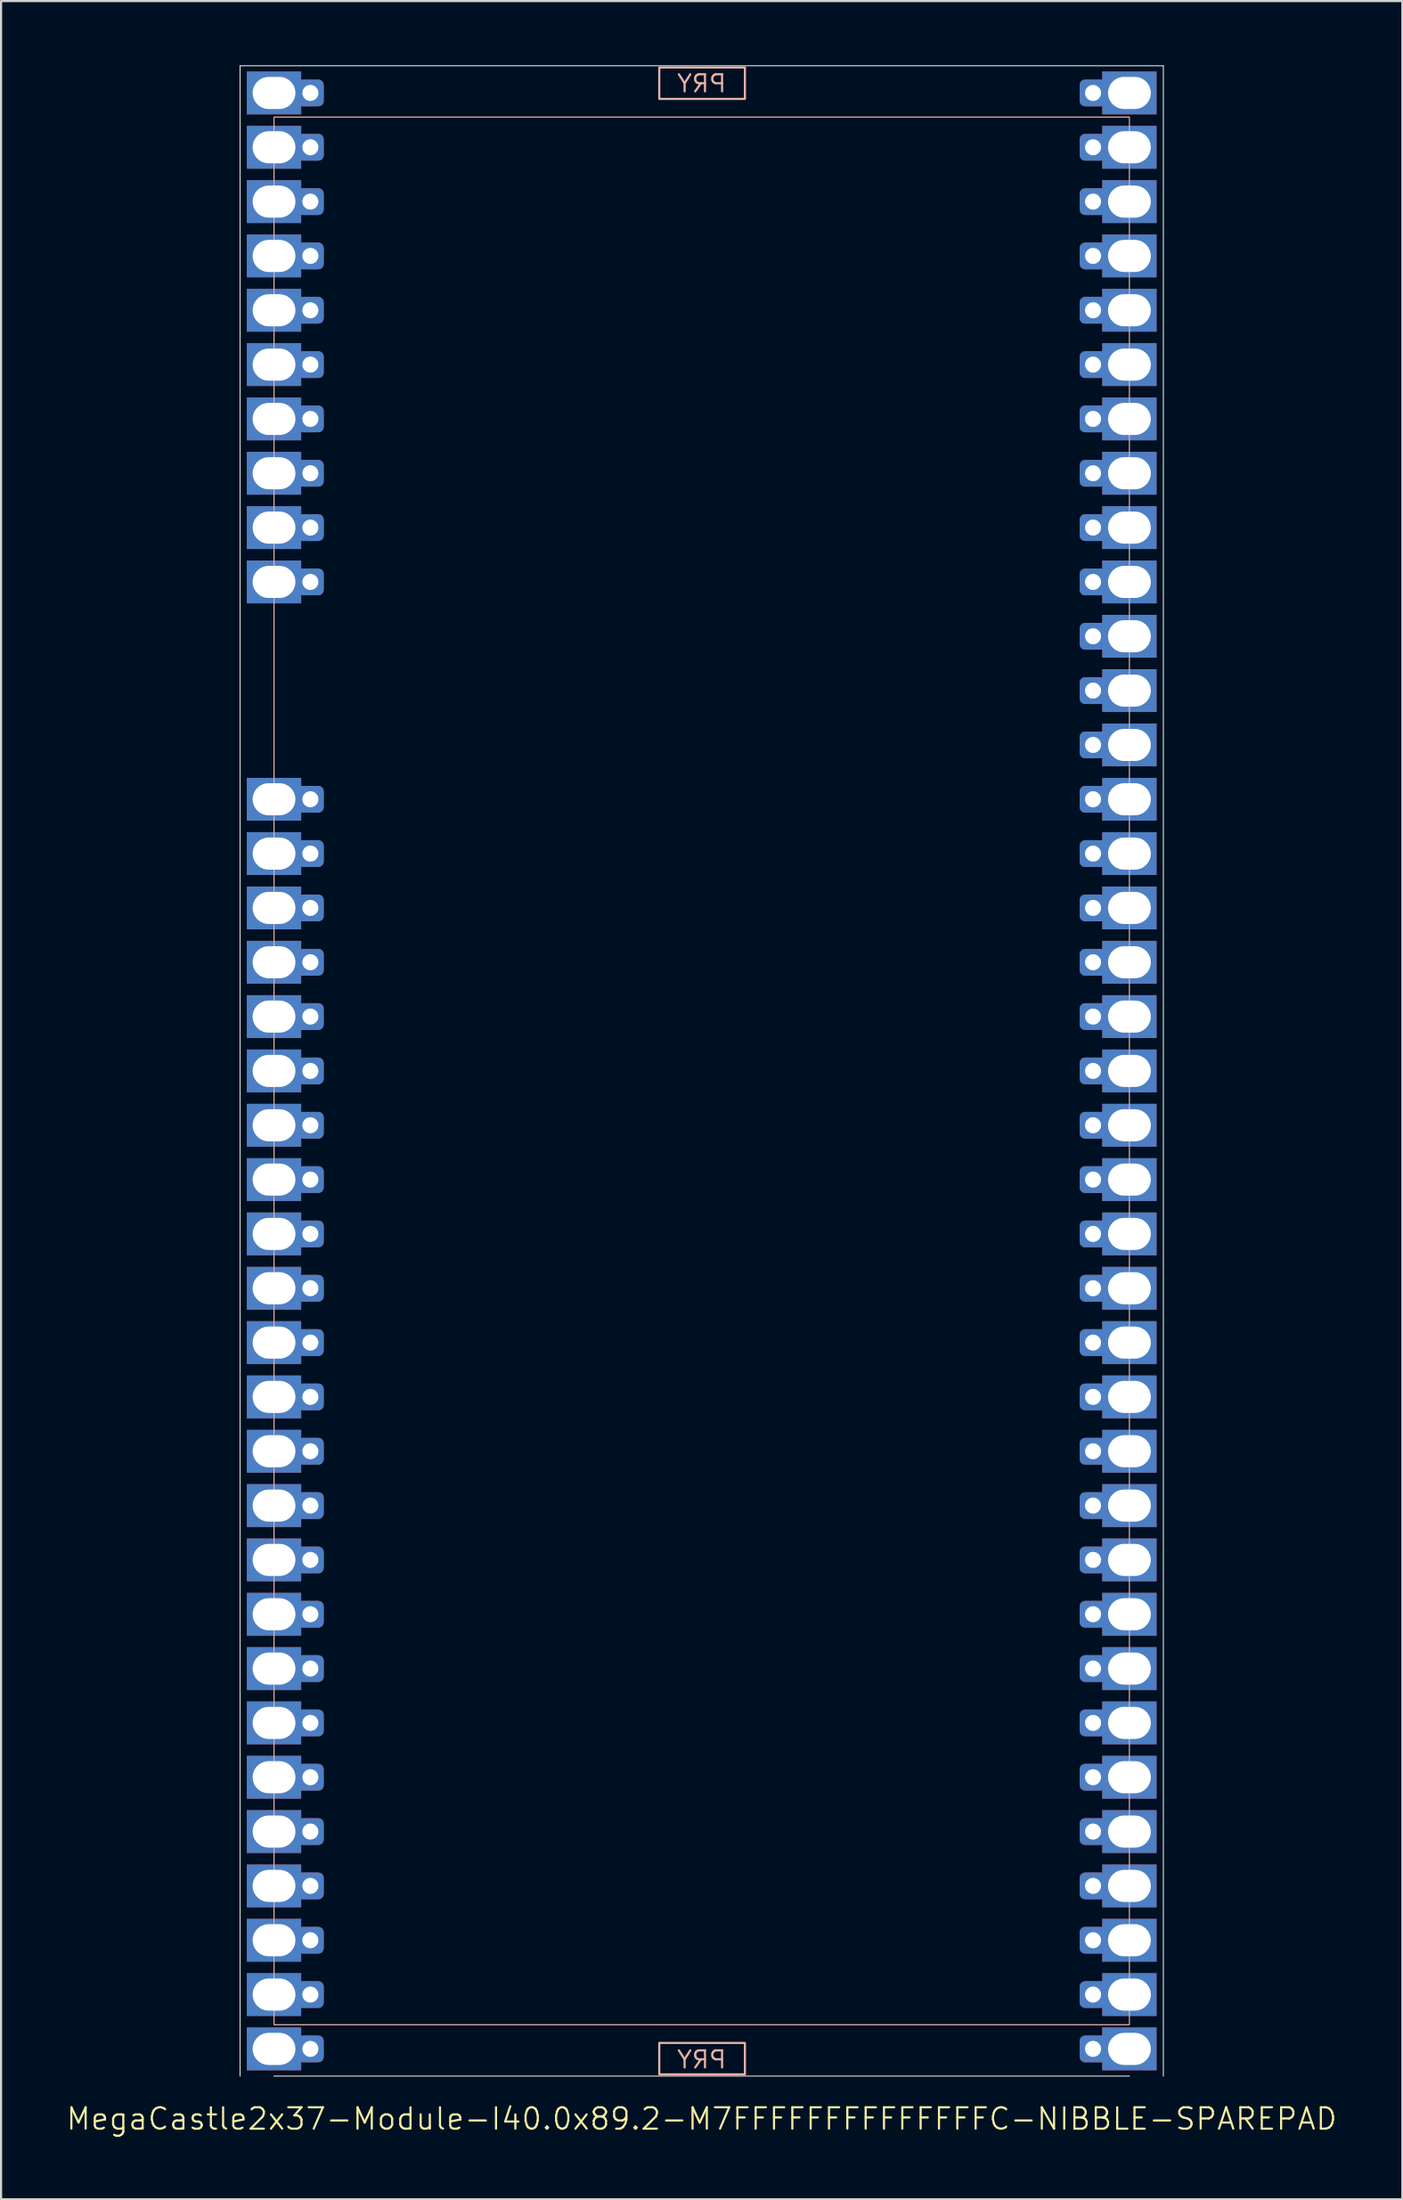
<source format=kicad_pcb>
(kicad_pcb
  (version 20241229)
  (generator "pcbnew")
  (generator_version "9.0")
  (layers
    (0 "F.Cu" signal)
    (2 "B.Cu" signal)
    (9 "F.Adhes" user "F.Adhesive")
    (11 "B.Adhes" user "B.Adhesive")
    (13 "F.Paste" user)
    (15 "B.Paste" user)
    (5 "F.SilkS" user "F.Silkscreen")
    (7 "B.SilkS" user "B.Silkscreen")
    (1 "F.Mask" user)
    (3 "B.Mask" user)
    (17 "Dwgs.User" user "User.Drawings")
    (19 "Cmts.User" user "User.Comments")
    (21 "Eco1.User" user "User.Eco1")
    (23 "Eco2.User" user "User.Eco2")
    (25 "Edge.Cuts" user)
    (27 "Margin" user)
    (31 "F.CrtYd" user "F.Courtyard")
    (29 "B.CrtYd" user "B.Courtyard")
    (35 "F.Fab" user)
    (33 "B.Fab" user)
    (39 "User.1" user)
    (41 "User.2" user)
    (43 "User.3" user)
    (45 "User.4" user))
  (footprint "MegaCastle2x37-Module-I40.0x89.2-M7FFFFFFFFFFFFFFC-NIBBLE-SPAREPAD"
    (layer "F.Cu")
    (at 29.764 47.015)
    (property "Reference" "MegaCastle2x37-Module-I40.0x89.2-M7FFFFFFFFFFFFFFC-NIBBLE-SPAREPAD" (at 0 48.99 0) (unlocked yes) (layer "F.SilkS") (effects (font (size 1 1) (thickness 0.1))))
    (attr smd)
    (fp_rect (start -20 44.59) (end 20 -44.59) (stroke (width 0.05) (type default)) (fill no) (layer "B.SilkS"))
    (fp_rect (start -1.984 -45.441) (end 2.02 -46.91) (stroke (width 0.1) (type default)) (fill no) (layer "B.SilkS"))
    (fp_rect (start -1.984 45.441) (end 2.02 46.91) (stroke (width 0.1) (type default)) (fill no) (layer "B.SilkS"))
    (fp_line (start -21.587 -46.99) (end -21.587 46.99) (stroke (width 0.05) (type default)) (layer "Edge.Cuts"))
    (fp_line (start -21.587 -46.99) (end 21.587 -46.99) (stroke (width 0.05) (type default)) (layer "Edge.Cuts"))
    (fp_line (start -20 46.99) (end 20 46.99) (stroke (width 0.05) (type default)) (layer "Edge.Cuts"))
    (fp_line (start 21.587 -46.99) (end 21.587 46.99) (stroke (width 0.05) (type default)) (layer "Edge.Cuts"))
    (fp_text user "PRY" (at 0 46.69 0) (unlocked yes) (layer "B.SilkS") (effects (font (size 0.8 0.8) (thickness 0.1)) (justify bottom mirror)))
    (fp_text user "PRY" (at 0 -45.69 0) (unlocked yes) (layer "B.SilkS") (effects (font (size 0.8 0.8) (thickness 0.1)) (justify bottom mirror)))
    (pad "1" thru_hole rect (at -20 -45.72) (size 2.54 2) (drill oval 2 1.5) (property pad_prop_castellated) (layers "*.Cu" "*.Mask"))
    (pad "1" thru_hole roundrect (at -18.3 -45.72 180) (size 1.25 1.25) (drill 0.75) (layers "*.Cu" "*.Mask") (roundrect_rratio 0.2))
    (pad "2" thru_hole rect (at -20 -43.18) (size 2.54 2) (drill oval 2 1.5) (property pad_prop_castellated) (layers "*.Cu" "*.Mask"))
    (pad "2" thru_hole roundrect (at -18.3 -43.18 180) (size 1.25 1.25) (drill 0.75) (layers "*.Cu" "*.Mask") (roundrect_rratio 0.2))
    (pad "3" thru_hole rect (at -20 -40.64) (size 2.54 2) (drill oval 2 1.5) (property pad_prop_castellated) (layers "*.Cu" "*.Mask"))
    (pad "3" thru_hole roundrect (at -18.3 -40.64 180) (size 1.25 1.25) (drill 0.75) (layers "*.Cu" "*.Mask") (roundrect_rratio 0.2))
    (pad "4" thru_hole rect (at -20 -38.1) (size 2.54 2) (drill oval 2 1.5) (property pad_prop_castellated) (layers "*.Cu" "*.Mask"))
    (pad "4" thru_hole roundrect (at -18.3 -38.1 180) (size 1.25 1.25) (drill 0.75) (layers "*.Cu" "*.Mask") (roundrect_rratio 0.2))
    (pad "5" thru_hole rect (at -20 -35.56) (size 2.54 2) (drill oval 2 1.5) (property pad_prop_castellated) (layers "*.Cu" "*.Mask"))
    (pad "5" thru_hole roundrect (at -18.3 -35.56 180) (size 1.25 1.25) (drill 0.75) (layers "*.Cu" "*.Mask") (roundrect_rratio 0.2))
    (pad "6" thru_hole rect (at -20 -33.02) (size 2.54 2) (drill oval 2 1.5) (property pad_prop_castellated) (layers "*.Cu" "*.Mask"))
    (pad "6" thru_hole roundrect (at -18.3 -33.02 180) (size 1.25 1.25) (drill 0.75) (layers "*.Cu" "*.Mask") (roundrect_rratio 0.2))
    (pad "7" thru_hole rect (at -20 -30.48) (size 2.54 2) (drill oval 2 1.5) (property pad_prop_castellated) (layers "*.Cu" "*.Mask"))
    (pad "7" thru_hole roundrect (at -18.3 -30.48 180) (size 1.25 1.25) (drill 0.75) (layers "*.Cu" "*.Mask") (roundrect_rratio 0.2))
    (pad "8" thru_hole rect (at -20 -27.94) (size 2.54 2) (drill oval 2 1.5) (property pad_prop_castellated) (layers "*.Cu" "*.Mask"))
    (pad "8" thru_hole roundrect (at -18.3 -27.94 180) (size 1.25 1.25) (drill 0.75) (layers "*.Cu" "*.Mask") (roundrect_rratio 0.2))
    (pad "9" thru_hole rect (at -20 -25.4) (size 2.54 2) (drill oval 2 1.5) (property pad_prop_castellated) (layers "*.Cu" "*.Mask"))
    (pad "9" thru_hole roundrect (at -18.3 -25.4 180) (size 1.25 1.25) (drill 0.75) (layers "*.Cu" "*.Mask") (roundrect_rratio 0.2))
    (pad "10" thru_hole rect (at -20 -22.86) (size 2.54 2) (drill oval 2 1.5) (property pad_prop_castellated) (layers "*.Cu" "*.Mask"))
    (pad "10" thru_hole roundrect (at -18.3 -22.86 180) (size 1.25 1.25) (drill 0.75) (layers "*.Cu" "*.Mask") (roundrect_rratio 0.2))
    (pad "14" thru_hole rect (at -20 -12.7) (size 2.54 2) (drill oval 2 1.5) (property pad_prop_castellated) (layers "*.Cu" "*.Mask"))
    (pad "14" thru_hole roundrect (at -18.3 -12.7 180) (size 1.25 1.25) (drill 0.75) (layers "*.Cu" "*.Mask") (roundrect_rratio 0.2))
    (pad "15" thru_hole rect (at -20 -10.16) (size 2.54 2) (drill oval 2 1.5) (property pad_prop_castellated) (layers "*.Cu" "*.Mask"))
    (pad "15" thru_hole roundrect (at -18.3 -10.16 180) (size 1.25 1.25) (drill 0.75) (layers "*.Cu" "*.Mask") (roundrect_rratio 0.2))
    (pad "16" thru_hole rect (at -20 -7.62) (size 2.54 2) (drill oval 2 1.5) (property pad_prop_castellated) (layers "*.Cu" "*.Mask"))
    (pad "16" thru_hole roundrect (at -18.3 -7.62 180) (size 1.25 1.25) (drill 0.75) (layers "*.Cu" "*.Mask") (roundrect_rratio 0.2))
    (pad "17" thru_hole rect (at -20 -5.08) (size 2.54 2) (drill oval 2 1.5) (property pad_prop_castellated) (layers "*.Cu" "*.Mask"))
    (pad "17" thru_hole roundrect (at -18.3 -5.08 180) (size 1.25 1.25) (drill 0.75) (layers "*.Cu" "*.Mask") (roundrect_rratio 0.2))
    (pad "18" thru_hole rect (at -20 -2.54) (size 2.54 2) (drill oval 2 1.5) (property pad_prop_castellated) (layers "*.Cu" "*.Mask"))
    (pad "18" thru_hole roundrect (at -18.3 -2.54 180) (size 1.25 1.25) (drill 0.75) (layers "*.Cu" "*.Mask") (roundrect_rratio 0.2))
    (pad "19" thru_hole rect (at -20 0) (size 2.54 2) (drill oval 2 1.5) (property pad_prop_castellated) (layers "*.Cu" "*.Mask"))
    (pad "19" thru_hole roundrect (at -18.3 0 180) (size 1.25 1.25) (drill 0.75) (layers "*.Cu" "*.Mask") (roundrect_rratio 0.2))
    (pad "20" thru_hole rect (at -20 2.54) (size 2.54 2) (drill oval 2 1.5) (property pad_prop_castellated) (layers "*.Cu" "*.Mask"))
    (pad "20" thru_hole roundrect (at -18.3 2.54 180) (size 1.25 1.25) (drill 0.75) (layers "*.Cu" "*.Mask") (roundrect_rratio 0.2))
    (pad "21" thru_hole rect (at -20 5.08) (size 2.54 2) (drill oval 2 1.5) (property pad_prop_castellated) (layers "*.Cu" "*.Mask"))
    (pad "21" thru_hole roundrect (at -18.3 5.08 180) (size 1.25 1.25) (drill 0.75) (layers "*.Cu" "*.Mask") (roundrect_rratio 0.2))
    (pad "22" thru_hole rect (at -20 7.62) (size 2.54 2) (drill oval 2 1.5) (property pad_prop_castellated) (layers "*.Cu" "*.Mask"))
    (pad "22" thru_hole roundrect (at -18.3 7.62 180) (size 1.25 1.25) (drill 0.75) (layers "*.Cu" "*.Mask") (roundrect_rratio 0.2))
    (pad "23" thru_hole rect (at -20 10.16) (size 2.54 2) (drill oval 2 1.5) (property pad_prop_castellated) (layers "*.Cu" "*.Mask"))
    (pad "23" thru_hole roundrect (at -18.3 10.16 180) (size 1.25 1.25) (drill 0.75) (layers "*.Cu" "*.Mask") (roundrect_rratio 0.2))
    (pad "24" thru_hole rect (at -20 12.7) (size 2.54 2) (drill oval 2 1.5) (property pad_prop_castellated) (layers "*.Cu" "*.Mask"))
    (pad "24" thru_hole roundrect (at -18.3 12.7 180) (size 1.25 1.25) (drill 0.75) (layers "*.Cu" "*.Mask") (roundrect_rratio 0.2))
    (pad "25" thru_hole rect (at -20 15.24) (size 2.54 2) (drill oval 2 1.5) (property pad_prop_castellated) (layers "*.Cu" "*.Mask"))
    (pad "25" thru_hole roundrect (at -18.3 15.24 180) (size 1.25 1.25) (drill 0.75) (layers "*.Cu" "*.Mask") (roundrect_rratio 0.2))
    (pad "26" thru_hole rect (at -20 17.78) (size 2.54 2) (drill oval 2 1.5) (property pad_prop_castellated) (layers "*.Cu" "*.Mask"))
    (pad "26" thru_hole roundrect (at -18.3 17.78 180) (size 1.25 1.25) (drill 0.75) (layers "*.Cu" "*.Mask") (roundrect_rratio 0.2))
    (pad "27" thru_hole rect (at -20 20.32) (size 2.54 2) (drill oval 2 1.5) (property pad_prop_castellated) (layers "*.Cu" "*.Mask"))
    (pad "27" thru_hole roundrect (at -18.3 20.32 180) (size 1.25 1.25) (drill 0.75) (layers "*.Cu" "*.Mask") (roundrect_rratio 0.2))
    (pad "28" thru_hole rect (at -20 22.86) (size 2.54 2) (drill oval 2 1.5) (property pad_prop_castellated) (layers "*.Cu" "*.Mask"))
    (pad "28" thru_hole roundrect (at -18.3 22.86 180) (size 1.25 1.25) (drill 0.75) (layers "*.Cu" "*.Mask") (roundrect_rratio 0.2))
    (pad "29" thru_hole rect (at -20 25.4) (size 2.54 2) (drill oval 2 1.5) (property pad_prop_castellated) (layers "*.Cu" "*.Mask"))
    (pad "29" thru_hole roundrect (at -18.3 25.4 180) (size 1.25 1.25) (drill 0.75) (layers "*.Cu" "*.Mask") (roundrect_rratio 0.2))
    (pad "30" thru_hole rect (at -20 27.94) (size 2.54 2) (drill oval 2 1.5) (property pad_prop_castellated) (layers "*.Cu" "*.Mask"))
    (pad "30" thru_hole roundrect (at -18.3 27.94 180) (size 1.25 1.25) (drill 0.75) (layers "*.Cu" "*.Mask") (roundrect_rratio 0.2))
    (pad "31" thru_hole rect (at -20 30.48) (size 2.54 2) (drill oval 2 1.5) (property pad_prop_castellated) (layers "*.Cu" "*.Mask"))
    (pad "31" thru_hole roundrect (at -18.3 30.48 180) (size 1.25 1.25) (drill 0.75) (layers "*.Cu" "*.Mask") (roundrect_rratio 0.2))
    (pad "32" thru_hole rect (at -20 33.02) (size 2.54 2) (drill oval 2 1.5) (property pad_prop_castellated) (layers "*.Cu" "*.Mask"))
    (pad "32" thru_hole roundrect (at -18.3 33.02 180) (size 1.25 1.25) (drill 0.75) (layers "*.Cu" "*.Mask") (roundrect_rratio 0.2))
    (pad "33" thru_hole rect (at -20 35.56) (size 2.54 2) (drill oval 2 1.5) (property pad_prop_castellated) (layers "*.Cu" "*.Mask"))
    (pad "33" thru_hole roundrect (at -18.3 35.56 180) (size 1.25 1.25) (drill 0.75) (layers "*.Cu" "*.Mask") (roundrect_rratio 0.2))
    (pad "34" thru_hole rect (at -20 38.1) (size 2.54 2) (drill oval 2 1.5) (property pad_prop_castellated) (layers "*.Cu" "*.Mask"))
    (pad "34" thru_hole roundrect (at -18.3 38.1 180) (size 1.25 1.25) (drill 0.75) (layers "*.Cu" "*.Mask") (roundrect_rratio 0.2))
    (pad "35" thru_hole rect (at -20 40.64) (size 2.54 2) (drill oval 2 1.5) (property pad_prop_castellated) (layers "*.Cu" "*.Mask"))
    (pad "35" thru_hole roundrect (at -18.3 40.64 180) (size 1.25 1.25) (drill 0.75) (layers "*.Cu" "*.Mask") (roundrect_rratio 0.2))
    (pad "36" thru_hole rect (at -20 43.18) (size 2.54 2) (drill oval 2 1.5) (property pad_prop_castellated) (layers "*.Cu" "*.Mask"))
    (pad "36" thru_hole roundrect (at -18.3 43.18 180) (size 1.25 1.25) (drill 0.75) (layers "*.Cu" "*.Mask") (roundrect_rratio 0.2))
    (pad "37" thru_hole rect (at -20 45.72) (size 2.54 2) (drill oval 2 1.5) (property pad_prop_castellated) (layers "*.Cu" "*.Mask"))
    (pad "37" thru_hole roundrect (at -18.3 45.72 180) (size 1.25 1.25) (drill 0.75) (layers "*.Cu" "*.Mask") (roundrect_rratio 0.2))
    (pad "38" thru_hole roundrect (at 18.3 -45.72 180) (size 1.25 1.25) (drill 0.75) (layers "*.Cu" "*.Mask") (roundrect_rratio 0.2))
    (pad "38" thru_hole rect (at 20 -45.72) (size 2.54 2) (drill oval 2 1.5) (property pad_prop_castellated) (layers "*.Cu" "*.Mask"))
    (pad "39" thru_hole roundrect (at 18.3 -43.18 180) (size 1.25 1.25) (drill 0.75) (layers "*.Cu" "*.Mask") (roundrect_rratio 0.2))
    (pad "39" thru_hole rect (at 20 -43.18) (size 2.54 2) (drill oval 2 1.5) (property pad_prop_castellated) (layers "*.Cu" "*.Mask"))
    (pad "40" thru_hole roundrect (at 18.3 -40.64 180) (size 1.25 1.25) (drill 0.75) (layers "*.Cu" "*.Mask") (roundrect_rratio 0.2))
    (pad "40" thru_hole rect (at 20 -40.64) (size 2.54 2) (drill oval 2 1.5) (property pad_prop_castellated) (layers "*.Cu" "*.Mask"))
    (pad "41" thru_hole roundrect (at 18.3 -38.1 180) (size 1.25 1.25) (drill 0.75) (layers "*.Cu" "*.Mask") (roundrect_rratio 0.2))
    (pad "41" thru_hole rect (at 20 -38.1) (size 2.54 2) (drill oval 2 1.5) (property pad_prop_castellated) (layers "*.Cu" "*.Mask"))
    (pad "42" thru_hole roundrect (at 18.3 -35.56 180) (size 1.25 1.25) (drill 0.75) (layers "*.Cu" "*.Mask") (roundrect_rratio 0.2))
    (pad "42" thru_hole rect (at 20 -35.56) (size 2.54 2) (drill oval 2 1.5) (property pad_prop_castellated) (layers "*.Cu" "*.Mask"))
    (pad "43" thru_hole roundrect (at 18.3 -33.02 180) (size 1.25 1.25) (drill 0.75) (layers "*.Cu" "*.Mask") (roundrect_rratio 0.2))
    (pad "43" thru_hole rect (at 20 -33.02) (size 2.54 2) (drill oval 2 1.5) (property pad_prop_castellated) (layers "*.Cu" "*.Mask"))
    (pad "44" thru_hole roundrect (at 18.3 -30.48 180) (size 1.25 1.25) (drill 0.75) (layers "*.Cu" "*.Mask") (roundrect_rratio 0.2))
    (pad "44" thru_hole rect (at 20 -30.48) (size 2.54 2) (drill oval 2 1.5) (property pad_prop_castellated) (layers "*.Cu" "*.Mask"))
    (pad "45" thru_hole roundrect (at 18.3 -27.94 180) (size 1.25 1.25) (drill 0.75) (layers "*.Cu" "*.Mask") (roundrect_rratio 0.2))
    (pad "45" thru_hole rect (at 20 -27.94) (size 2.54 2) (drill oval 2 1.5) (property pad_prop_castellated) (layers "*.Cu" "*.Mask"))
    (pad "46" thru_hole roundrect (at 18.3 -25.4 180) (size 1.25 1.25) (drill 0.75) (layers "*.Cu" "*.Mask") (roundrect_rratio 0.2))
    (pad "46" thru_hole rect (at 20 -25.4) (size 2.54 2) (drill oval 2 1.5) (property pad_prop_castellated) (layers "*.Cu" "*.Mask"))
    (pad "47" thru_hole roundrect (at 18.3 -22.86 180) (size 1.25 1.25) (drill 0.75) (layers "*.Cu" "*.Mask") (roundrect_rratio 0.2))
    (pad "47" thru_hole rect (at 20 -22.86) (size 2.54 2) (drill oval 2 1.5) (property pad_prop_castellated) (layers "*.Cu" "*.Mask"))
    (pad "48" thru_hole roundrect (at 18.3 -20.32 180) (size 1.25 1.25) (drill 0.75) (layers "*.Cu" "*.Mask") (roundrect_rratio 0.2))
    (pad "48" thru_hole rect (at 20 -20.32) (size 2.54 2) (drill oval 2 1.5) (property pad_prop_castellated) (layers "*.Cu" "*.Mask"))
    (pad "49" thru_hole roundrect (at 18.3 -17.78 180) (size 1.25 1.25) (drill 0.75) (layers "*.Cu" "*.Mask") (roundrect_rratio 0.2))
    (pad "49" thru_hole rect (at 20 -17.78) (size 2.54 2) (drill oval 2 1.5) (property pad_prop_castellated) (layers "*.Cu" "*.Mask"))
    (pad "50" thru_hole roundrect (at 18.3 -15.24 180) (size 1.25 1.25) (drill 0.75) (layers "*.Cu" "*.Mask") (roundrect_rratio 0.2))
    (pad "50" thru_hole rect (at 20 -15.24) (size 2.54 2) (drill oval 2 1.5) (property pad_prop_castellated) (layers "*.Cu" "*.Mask"))
    (pad "51" thru_hole roundrect (at 18.3 -12.7 180) (size 1.25 1.25) (drill 0.75) (layers "*.Cu" "*.Mask") (roundrect_rratio 0.2))
    (pad "51" thru_hole rect (at 20 -12.7) (size 2.54 2) (drill oval 2 1.5) (property pad_prop_castellated) (layers "*.Cu" "*.Mask"))
    (pad "52" thru_hole roundrect (at 18.3 -10.16 180) (size 1.25 1.25) (drill 0.75) (layers "*.Cu" "*.Mask") (roundrect_rratio 0.2))
    (pad "52" thru_hole rect (at 20 -10.16) (size 2.54 2) (drill oval 2 1.5) (property pad_prop_castellated) (layers "*.Cu" "*.Mask"))
    (pad "53" thru_hole roundrect (at 18.3 -7.62 180) (size 1.25 1.25) (drill 0.75) (layers "*.Cu" "*.Mask") (roundrect_rratio 0.2))
    (pad "53" thru_hole rect (at 20 -7.62) (size 2.54 2) (drill oval 2 1.5) (property pad_prop_castellated) (layers "*.Cu" "*.Mask"))
    (pad "54" thru_hole roundrect (at 18.3 -5.08 180) (size 1.25 1.25) (drill 0.75) (layers "*.Cu" "*.Mask") (roundrect_rratio 0.2))
    (pad "54" thru_hole rect (at 20 -5.08) (size 2.54 2) (drill oval 2 1.5) (property pad_prop_castellated) (layers "*.Cu" "*.Mask"))
    (pad "55" thru_hole roundrect (at 18.3 -2.54 180) (size 1.25 1.25) (drill 0.75) (layers "*.Cu" "*.Mask") (roundrect_rratio 0.2))
    (pad "55" thru_hole rect (at 20 -2.54) (size 2.54 2) (drill oval 2 1.5) (property pad_prop_castellated) (layers "*.Cu" "*.Mask"))
    (pad "56" thru_hole roundrect (at 18.3 0 180) (size 1.25 1.25) (drill 0.75) (layers "*.Cu" "*.Mask") (roundrect_rratio 0.2))
    (pad "56" thru_hole rect (at 20 0) (size 2.54 2) (drill oval 2 1.5) (property pad_prop_castellated) (layers "*.Cu" "*.Mask"))
    (pad "57" thru_hole roundrect (at 18.3 2.54 180) (size 1.25 1.25) (drill 0.75) (layers "*.Cu" "*.Mask") (roundrect_rratio 0.2))
    (pad "57" thru_hole rect (at 20 2.54) (size 2.54 2) (drill oval 2 1.5) (property pad_prop_castellated) (layers "*.Cu" "*.Mask"))
    (pad "58" thru_hole roundrect (at 18.3 5.08 180) (size 1.25 1.25) (drill 0.75) (layers "*.Cu" "*.Mask") (roundrect_rratio 0.2))
    (pad "58" thru_hole rect (at 20 5.08) (size 2.54 2) (drill oval 2 1.5) (property pad_prop_castellated) (layers "*.Cu" "*.Mask"))
    (pad "59" thru_hole roundrect (at 18.3 7.62 180) (size 1.25 1.25) (drill 0.75) (layers "*.Cu" "*.Mask") (roundrect_rratio 0.2))
    (pad "59" thru_hole rect (at 20 7.62) (size 2.54 2) (drill oval 2 1.5) (property pad_prop_castellated) (layers "*.Cu" "*.Mask"))
    (pad "60" thru_hole roundrect (at 18.3 10.16 180) (size 1.25 1.25) (drill 0.75) (layers "*.Cu" "*.Mask") (roundrect_rratio 0.2))
    (pad "60" thru_hole rect (at 20 10.16) (size 2.54 2) (drill oval 2 1.5) (property pad_prop_castellated) (layers "*.Cu" "*.Mask"))
    (pad "61" thru_hole roundrect (at 18.3 12.7 180) (size 1.25 1.25) (drill 0.75) (layers "*.Cu" "*.Mask") (roundrect_rratio 0.2))
    (pad "61" thru_hole rect (at 20 12.7) (size 2.54 2) (drill oval 2 1.5) (property pad_prop_castellated) (layers "*.Cu" "*.Mask"))
    (pad "62" thru_hole roundrect (at 18.3 15.24 180) (size 1.25 1.25) (drill 0.75) (layers "*.Cu" "*.Mask") (roundrect_rratio 0.2))
    (pad "62" thru_hole rect (at 20 15.24) (size 2.54 2) (drill oval 2 1.5) (property pad_prop_castellated) (layers "*.Cu" "*.Mask"))
    (pad "63" thru_hole roundrect (at 18.3 17.78 180) (size 1.25 1.25) (drill 0.75) (layers "*.Cu" "*.Mask") (roundrect_rratio 0.2))
    (pad "63" thru_hole rect (at 20 17.78) (size 2.54 2) (drill oval 2 1.5) (property pad_prop_castellated) (layers "*.Cu" "*.Mask"))
    (pad "64" thru_hole roundrect (at 18.3 20.32 180) (size 1.25 1.25) (drill 0.75) (layers "*.Cu" "*.Mask") (roundrect_rratio 0.2))
    (pad "64" thru_hole rect (at 20 20.32) (size 2.54 2) (drill oval 2 1.5) (property pad_prop_castellated) (layers "*.Cu" "*.Mask"))
    (pad "65" thru_hole roundrect (at 18.3 22.86 180) (size 1.25 1.25) (drill 0.75) (layers "*.Cu" "*.Mask") (roundrect_rratio 0.2))
    (pad "65" thru_hole rect (at 20 22.86) (size 2.54 2) (drill oval 2 1.5) (property pad_prop_castellated) (layers "*.Cu" "*.Mask"))
    (pad "66" thru_hole roundrect (at 18.3 25.4 180) (size 1.25 1.25) (drill 0.75) (layers "*.Cu" "*.Mask") (roundrect_rratio 0.2))
    (pad "66" thru_hole rect (at 20 25.4) (size 2.54 2) (drill oval 2 1.5) (property pad_prop_castellated) (layers "*.Cu" "*.Mask"))
    (pad "67" thru_hole roundrect (at 18.3 27.94 180) (size 1.25 1.25) (drill 0.75) (layers "*.Cu" "*.Mask") (roundrect_rratio 0.2))
    (pad "67" thru_hole rect (at 20 27.94) (size 2.54 2) (drill oval 2 1.5) (property pad_prop_castellated) (layers "*.Cu" "*.Mask"))
    (pad "68" thru_hole roundrect (at 18.3 30.48 180) (size 1.25 1.25) (drill 0.75) (layers "*.Cu" "*.Mask") (roundrect_rratio 0.2))
    (pad "68" thru_hole rect (at 20 30.48) (size 2.54 2) (drill oval 2 1.5) (property pad_prop_castellated) (layers "*.Cu" "*.Mask"))
    (pad "69" thru_hole roundrect (at 18.3 33.02 180) (size 1.25 1.25) (drill 0.75) (layers "*.Cu" "*.Mask") (roundrect_rratio 0.2))
    (pad "69" thru_hole rect (at 20 33.02) (size 2.54 2) (drill oval 2 1.5) (property pad_prop_castellated) (layers "*.Cu" "*.Mask"))
    (pad "70" thru_hole roundrect (at 18.3 35.56 180) (size 1.25 1.25) (drill 0.75) (layers "*.Cu" "*.Mask") (roundrect_rratio 0.2))
    (pad "70" thru_hole rect (at 20 35.56) (size 2.54 2) (drill oval 2 1.5) (property pad_prop_castellated) (layers "*.Cu" "*.Mask"))
    (pad "71" thru_hole roundrect (at 18.3 38.1 180) (size 1.25 1.25) (drill 0.75) (layers "*.Cu" "*.Mask") (roundrect_rratio 0.2))
    (pad "71" thru_hole rect (at 20 38.1) (size 2.54 2) (drill oval 2 1.5) (property pad_prop_castellated) (layers "*.Cu" "*.Mask"))
    (pad "72" thru_hole roundrect (at 18.3 40.64 180) (size 1.25 1.25) (drill 0.75) (layers "*.Cu" "*.Mask") (roundrect_rratio 0.2))
    (pad "72" thru_hole rect (at 20 40.64) (size 2.54 2) (drill oval 2 1.5) (property pad_prop_castellated) (layers "*.Cu" "*.Mask"))
    (pad "73" thru_hole roundrect (at 18.3 43.18 180) (size 1.25 1.25) (drill 0.75) (layers "*.Cu" "*.Mask") (roundrect_rratio 0.2))
    (pad "73" thru_hole rect (at 20 43.18) (size 2.54 2) (drill oval 2 1.5) (property pad_prop_castellated) (layers "*.Cu" "*.Mask"))
    (pad "74" thru_hole roundrect (at 18.3 45.72 180) (size 1.25 1.25) (drill 0.75) (layers "*.Cu" "*.Mask") (roundrect_rratio 0.2))
    (pad "74" thru_hole rect (at 20 45.72) (size 2.54 2) (drill oval 2 1.5) (property pad_prop_castellated) (layers "*.Cu" "*.Mask"))
    (zone (net_name "") (layer "B.Cu") (hatch edge 0.5) (connect_pads) (min_thickness 0.25) (filled_areas_thickness no) (keepout (tracks allowed) (vias allowed) (pads allowed) (copperpour allowed) (footprints not_allowed)) (placement (enabled no)) (fill) (polygon (pts (xy 9.764 94.005) (xy 9.764 0.025))))
    (zone (net_name "") (layer "B.Cu") (hatch edge 0.5) (connect_pads) (min_thickness 0.25) (filled_areas_thickness no) (keepout (tracks allowed) (vias allowed) (pads allowed) (copperpour allowed) (footprints not_allowed)) (placement (enabled no)) (fill) (polygon (pts (xy 49.764 94.005) (xy 49.764 0.025))))
    (zone (net_name "") (layer "B.Cu") (hatch edge 0.5) (connect_pads) (min_thickness 0.25) (filled_areas_thickness no) (keepout (tracks allowed) (vias allowed) (pads allowed) (copperpour allowed) (footprints not_allowed)) (placement (enabled no)) (fill) (polygon (pts (xy 9.764 0.025) (xy 9.764 2.425) (xy 49.764 2.425) (xy 49.764 0.025))))
    (zone (net_name "") (layer "B.Cu") (hatch edge 0.5) (connect_pads) (min_thickness 0.25) (filled_areas_thickness no) (keepout (tracks allowed) (vias allowed) (pads allowed) (copperpour allowed) (footprints not_allowed)) (placement (enabled no)) (fill) (polygon (pts (xy 9.764 94.005) (xy 9.764 91.605) (xy 49.764 91.605) (xy 49.764 94.005))))
    (zone (net_name "") (layer "B.Cu") (name "Upper Pry Zone") (hatch edge 0.5) (connect_pads) (min_thickness 0.25) (filled_areas_thickness no) (keepout (tracks not_allowed) (vias not_allowed) (pads not_allowed) (copperpour allowed) (footprints not_allowed)) (placement (enabled no)) (fill) (polygon (pts (xy 27.78 1.574) (xy 27.78 0.105) (xy 31.784 0.105) (xy 31.784 1.574))))
    (zone (net_name "") (layer "B.Cu") (name "Upper Pry Zone") (hatch edge 0.5) (connect_pads) (min_thickness 0.25) (filled_areas_thickness no) (keepout (tracks not_allowed) (vias not_allowed) (pads not_allowed) (copperpour allowed) (footprints not_allowed)) (placement (enabled no)) (fill) (polygon (pts (xy 27.78 92.456) (xy 27.78 93.925) (xy 31.784 93.925) (xy 31.784 92.456)))))
  (gr_rect
    (start -3 -3)
    (end 62.529 99.766)
    (stroke (width 0.1) (type default))
    (fill no)
    (layer "Edge.Cuts")))
</source>
